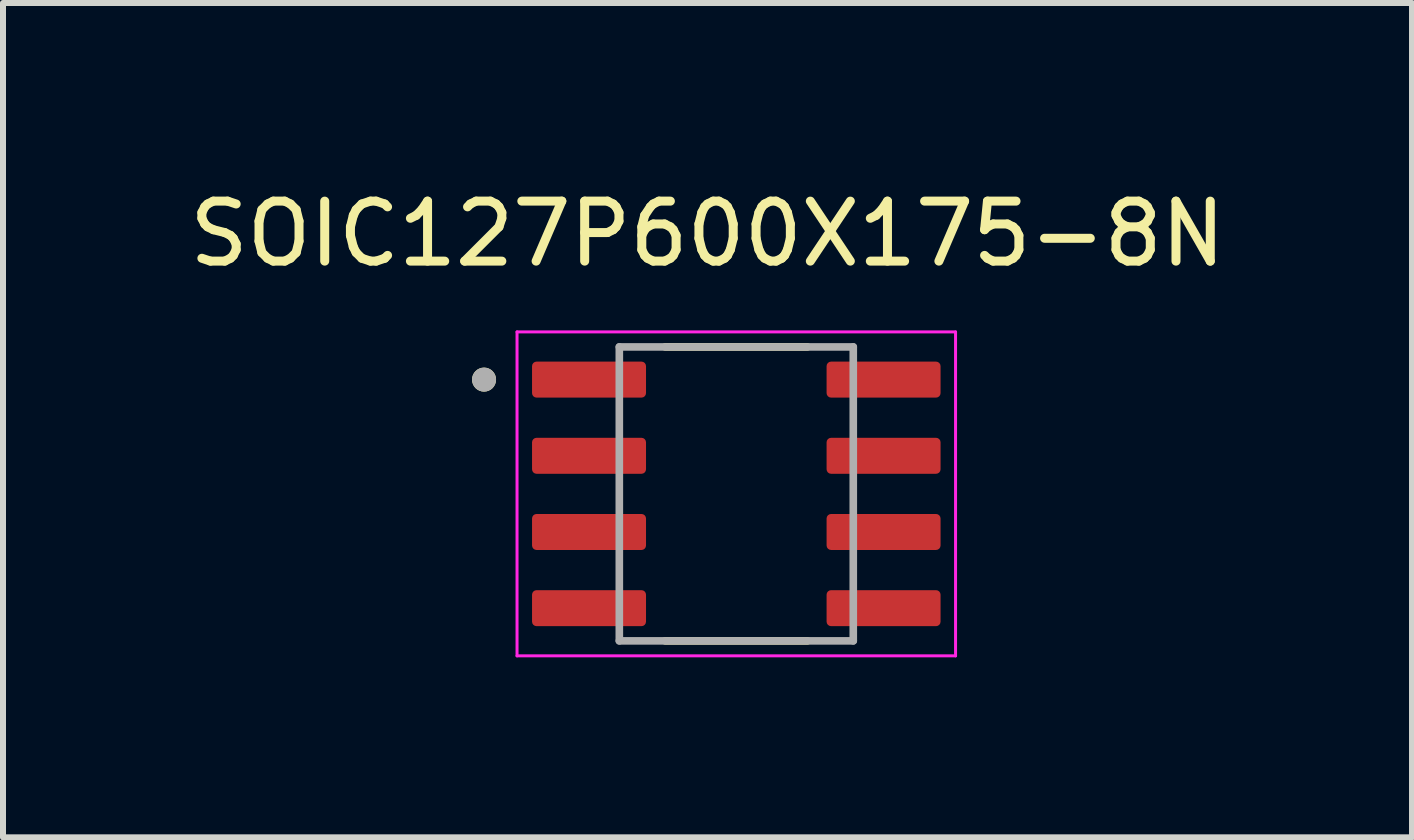
<source format=kicad_pcb>
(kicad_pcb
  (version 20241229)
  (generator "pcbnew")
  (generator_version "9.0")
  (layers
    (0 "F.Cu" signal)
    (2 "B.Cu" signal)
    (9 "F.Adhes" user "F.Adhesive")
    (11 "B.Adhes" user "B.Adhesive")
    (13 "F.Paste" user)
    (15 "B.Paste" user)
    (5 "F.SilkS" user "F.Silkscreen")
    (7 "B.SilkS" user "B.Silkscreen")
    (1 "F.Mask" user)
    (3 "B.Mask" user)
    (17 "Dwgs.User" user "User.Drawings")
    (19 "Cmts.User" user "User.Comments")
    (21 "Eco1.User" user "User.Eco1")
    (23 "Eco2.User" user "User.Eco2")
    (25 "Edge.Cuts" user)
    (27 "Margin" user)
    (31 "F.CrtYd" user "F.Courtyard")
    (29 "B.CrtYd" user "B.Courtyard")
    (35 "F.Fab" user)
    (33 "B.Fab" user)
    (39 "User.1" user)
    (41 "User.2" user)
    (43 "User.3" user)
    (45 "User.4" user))
  (footprint "SOIC127P600X175-8N"
    (layer "F.Cu")
    (at 9.224 5.183)
    (property "Reference" "SOIC127P600X175-8N" (at -0.48 -4.335 0) (layer "F.SilkS") (effects (font (size 1 1) (thickness 0.15))))
    (attr smd)
    (fp_line (start -1.185 -2.45) (end 1.185 -2.45) (stroke (width 0.127) (type solid)) (layer "F.SilkS"))
    (fp_line (start -1.185 2.45) (end 1.185 2.45) (stroke (width 0.127) (type solid)) (layer "F.SilkS"))
    (fp_circle (center -4.205 -1.905) (end -4.105 -1.905) (stroke (width 0.2) (type solid)) (fill no) (layer "F.SilkS"))
    (fp_line (start -3.655 -2.7) (end -3.655 2.7) (stroke (width 0.05) (type solid)) (layer "F.CrtYd"))
    (fp_line (start -3.655 2.7) (end 3.655 2.7) (stroke (width 0.05) (type solid)) (layer "F.CrtYd"))
    (fp_line (start 3.655 -2.7) (end -3.655 -2.7) (stroke (width 0.05) (type solid)) (layer "F.CrtYd"))
    (fp_line (start 3.655 2.7) (end 3.655 -2.7) (stroke (width 0.05) (type solid)) (layer "F.CrtYd"))
    (fp_line (start -1.95 -2.45) (end 1.95 -2.45) (stroke (width 0.127) (type solid)) (layer "F.Fab"))
    (fp_line (start -1.95 2.45) (end -1.95 -2.45) (stroke (width 0.127) (type solid)) (layer "F.Fab"))
    (fp_line (start 1.95 -2.45) (end 1.95 2.45) (stroke (width 0.127) (type solid)) (layer "F.Fab"))
    (fp_line (start 1.95 2.45) (end -1.95 2.45) (stroke (width 0.127) (type solid)) (layer "F.Fab"))
    (fp_circle (center -4.205 -1.905) (end -4.105 -1.905) (stroke (width 0.2) (type solid)) (fill no) (layer "F.Fab"))
    (pad "1" smd roundrect (at -2.455 -1.905) (size 1.9 0.6) (layers "F.Cu" "F.Mask" "F.Paste") (roundrect_rratio 0.125))
    (pad "2" smd roundrect (at -2.455 -0.635) (size 1.9 0.6) (layers "F.Cu" "F.Mask" "F.Paste") (roundrect_rratio 0.125))
    (pad "3" smd roundrect (at -2.455 0.635) (size 1.9 0.6) (layers "F.Cu" "F.Mask" "F.Paste") (roundrect_rratio 0.125))
    (pad "4" smd roundrect (at -2.455 1.905) (size 1.9 0.6) (layers "F.Cu" "F.Mask" "F.Paste") (roundrect_rratio 0.125))
    (pad "5" smd roundrect (at 2.455 1.905) (size 1.9 0.6) (layers "F.Cu" "F.Mask" "F.Paste") (roundrect_rratio 0.125))
    (pad "6" smd roundrect (at 2.455 0.635) (size 1.9 0.6) (layers "F.Cu" "F.Mask" "F.Paste") (roundrect_rratio 0.125))
    (pad "7" smd roundrect (at 2.455 -0.635) (size 1.9 0.6) (layers "F.Cu" "F.Mask" "F.Paste") (roundrect_rratio 0.125))
    (pad "8" smd roundrect (at 2.455 -1.905) (size 1.9 0.6) (layers "F.Cu" "F.Mask" "F.Paste") (roundrect_rratio 0.125)))
  (gr_rect
    (start -3 -3)
    (end 20.488 10.908)
    (stroke (width 0.1) (type default))
    (fill no)
    (layer "Edge.Cuts")))
</source>
